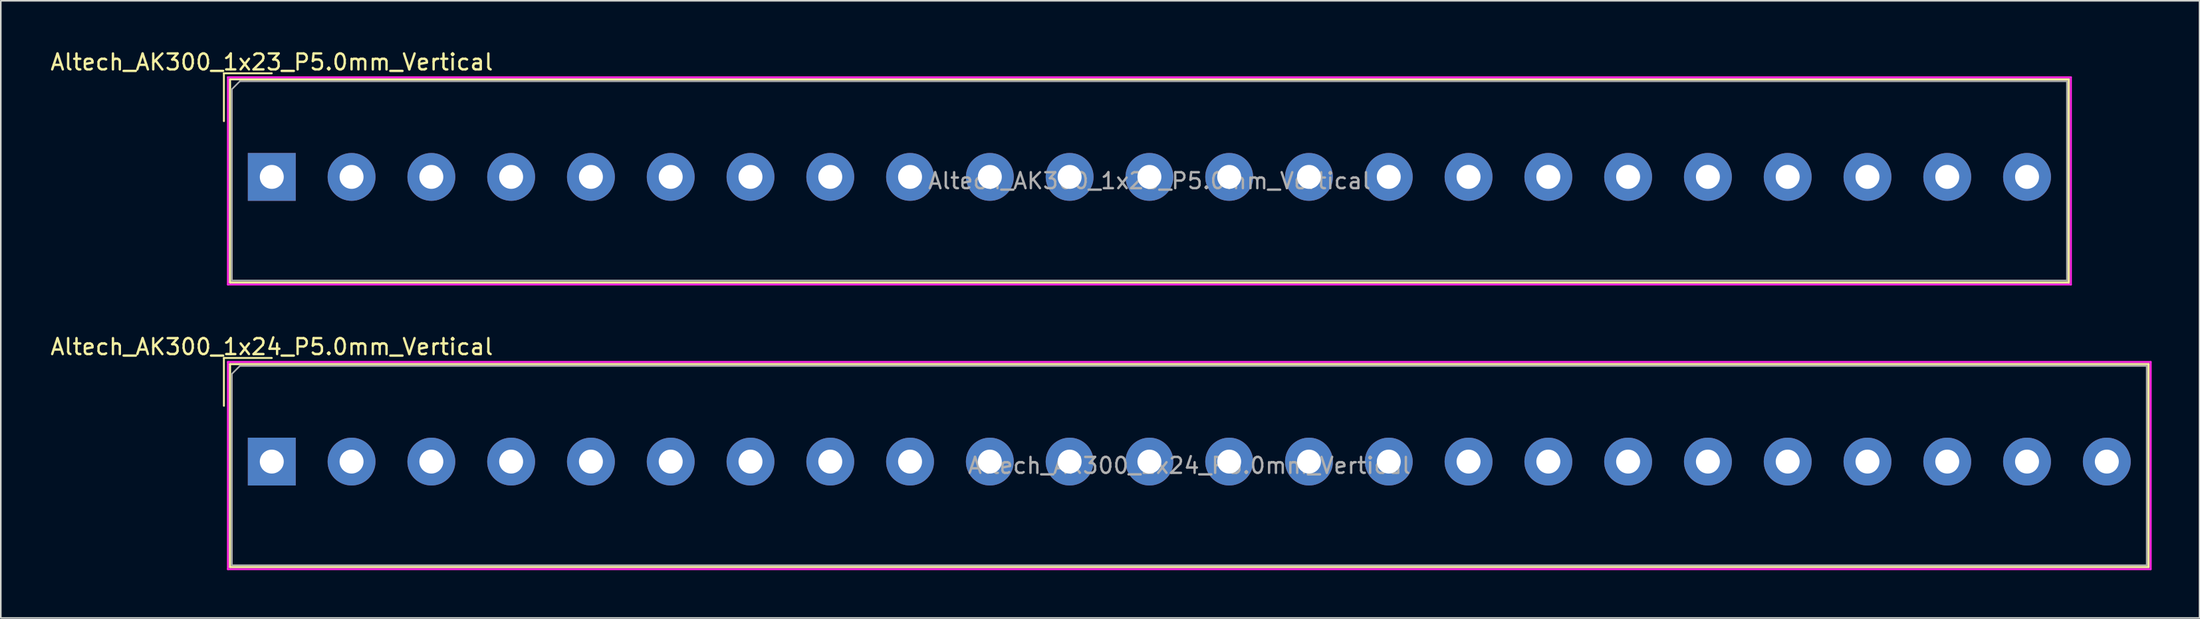
<source format=kicad_pcb>
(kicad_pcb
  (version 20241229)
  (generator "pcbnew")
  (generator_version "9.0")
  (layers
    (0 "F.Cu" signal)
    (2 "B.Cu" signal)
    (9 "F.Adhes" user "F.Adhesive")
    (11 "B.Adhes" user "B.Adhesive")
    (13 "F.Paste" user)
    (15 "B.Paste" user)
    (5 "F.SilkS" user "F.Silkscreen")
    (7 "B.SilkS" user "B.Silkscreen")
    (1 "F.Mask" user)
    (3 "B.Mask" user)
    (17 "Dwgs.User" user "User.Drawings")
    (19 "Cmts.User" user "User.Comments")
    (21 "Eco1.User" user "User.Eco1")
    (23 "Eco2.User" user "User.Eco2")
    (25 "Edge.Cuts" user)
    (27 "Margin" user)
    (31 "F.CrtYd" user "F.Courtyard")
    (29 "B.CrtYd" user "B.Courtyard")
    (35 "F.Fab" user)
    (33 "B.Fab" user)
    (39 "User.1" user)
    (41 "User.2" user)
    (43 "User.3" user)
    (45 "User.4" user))
  (footprint "Altech_AK300_1x23_P5.0mm_Vertical"
    (layer "F.Cu")
    (at 13.982 8.048)
    (property "Reference" "Altech_AK300_1x23_P5.0mm_Vertical" (at 0 -7.2 0) (layer "F.SilkS") (effects (font (size 1 1) (thickness 0.15))))
    (attr through_hole)
    (fp_line (start -3 -6.5) (end 0 -6.5) (stroke (width 0.12) (type solid)) (layer "F.SilkS"))
    (fp_line (start -3 -3.5) (end -3 -6.5) (stroke (width 0.12) (type solid)) (layer "F.SilkS"))
    (fp_line (start -2.62 -6.12) (end -2.62 6.62) (stroke (width 0.12) (type solid)) (layer "F.SilkS"))
    (fp_line (start -2.62 -6.12) (end -2.62 6.62) (stroke (width 0.12) (type solid)) (layer "F.SilkS"))
    (fp_line (start -2.62 -6.12) (end 112.62 -6.12) (stroke (width 0.12) (type solid)) (layer "F.SilkS"))
    (fp_line (start -2.62 -6.12) (end 112.62 -6.12) (stroke (width 0.12) (type solid)) (layer "F.SilkS"))
    (fp_line (start -2.62 6.62) (end 112.62 6.62) (stroke (width 0.12) (type solid)) (layer "F.SilkS"))
    (fp_line (start -2.62 6.62) (end 112.62 6.62) (stroke (width 0.12) (type solid)) (layer "F.SilkS"))
    (fp_line (start 112.62 -6.12) (end 112.62 6.62) (stroke (width 0.12) (type solid)) (layer "F.SilkS"))
    (fp_line (start 112.62 -6.12) (end 112.62 6.62) (stroke (width 0.12) (type solid)) (layer "F.SilkS"))
    (fp_line (start -2.75 -6.25) (end -2.75 6.75) (stroke (width 0.12) (type solid)) (layer "F.CrtYd"))
    (fp_line (start -2.75 -6.25) (end 112.75 -6.25) (stroke (width 0.12) (type solid)) (layer "F.CrtYd"))
    (fp_line (start -2.75 6.75) (end 112.75 6.75) (stroke (width 0.12) (type solid)) (layer "F.CrtYd"))
    (fp_line (start 112.75 -6.25) (end 112.75 6.75) (stroke (width 0.12) (type solid)) (layer "F.CrtYd"))
    (fp_line (start -2.5 -5.5) (end -2 -6) (stroke (width 0.1) (type solid)) (layer "F.Fab"))
    (fp_line (start -2.5 6.5) (end -2.5 -5.5) (stroke (width 0.1) (type solid)) (layer "F.Fab"))
    (fp_line (start -2 -6) (end 112.5 -6) (stroke (width 0.1) (type solid)) (layer "F.Fab"))
    (fp_line (start 112.5 -6) (end 112.5 6.5) (stroke (width 0.1) (type solid)) (layer "F.Fab"))
    (fp_line (start 112.5 6.5) (end -2.5 6.5) (stroke (width 0.1) (type solid)) (layer "F.Fab"))
    (fp_text user "${REFERENCE}" (at 55 0.25 0) (layer "F.Fab") (effects (font (size 1 1) (thickness 0.15))))
    (pad "1" thru_hole rect (at 0 0) (size 3 3) (drill 1.5) (layers "*.Cu" "*.Mask"))
    (pad "2" thru_hole circle (at 5 0) (size 3 3) (drill 1.5) (layers "*.Cu" "*.Mask"))
    (pad "3" thru_hole circle (at 10 0) (size 3 3) (drill 1.5) (layers "*.Cu" "*.Mask"))
    (pad "4" thru_hole circle (at 15 0) (size 3 3) (drill 1.5) (layers "*.Cu" "*.Mask"))
    (pad "5" thru_hole circle (at 20 0) (size 3 3) (drill 1.5) (layers "*.Cu" "*.Mask"))
    (pad "6" thru_hole circle (at 25 0) (size 3 3) (drill 1.5) (layers "*.Cu" "*.Mask"))
    (pad "7" thru_hole circle (at 30 0) (size 3 3) (drill 1.5) (layers "*.Cu" "*.Mask"))
    (pad "8" thru_hole circle (at 35 0) (size 3 3) (drill 1.5) (layers "*.Cu" "*.Mask"))
    (pad "9" thru_hole circle (at 40 0) (size 3 3) (drill 1.5) (layers "*.Cu" "*.Mask"))
    (pad "10" thru_hole circle (at 45 0) (size 3 3) (drill 1.5) (layers "*.Cu" "*.Mask"))
    (pad "11" thru_hole circle (at 50 0) (size 3 3) (drill 1.5) (layers "*.Cu" "*.Mask"))
    (pad "12" thru_hole circle (at 55 0) (size 3 3) (drill 1.5) (layers "*.Cu" "*.Mask"))
    (pad "13" thru_hole circle (at 60 0) (size 3 3) (drill 1.5) (layers "*.Cu" "*.Mask"))
    (pad "14" thru_hole circle (at 65 0) (size 3 3) (drill 1.5) (layers "*.Cu" "*.Mask"))
    (pad "15" thru_hole circle (at 70 0) (size 3 3) (drill 1.5) (layers "*.Cu" "*.Mask"))
    (pad "16" thru_hole circle (at 75 0) (size 3 3) (drill 1.5) (layers "*.Cu" "*.Mask"))
    (pad "17" thru_hole circle (at 80 0) (size 3 3) (drill 1.5) (layers "*.Cu" "*.Mask"))
    (pad "18" thru_hole circle (at 85 0) (size 3 3) (drill 1.5) (layers "*.Cu" "*.Mask"))
    (pad "19" thru_hole circle (at 90 0) (size 3 3) (drill 1.5) (layers "*.Cu" "*.Mask"))
    (pad "20" thru_hole circle (at 95 0) (size 3 3) (drill 1.5) (layers "*.Cu" "*.Mask"))
    (pad "21" thru_hole circle (at 100 0) (size 3 3) (drill 1.5) (layers "*.Cu" "*.Mask"))
    (pad "22" thru_hole circle (at 105 0) (size 3 3) (drill 1.5) (layers "*.Cu" "*.Mask"))
    (pad "23" thru_hole circle (at 110 0) (size 3 3) (drill 1.5) (layers "*.Cu" "*.Mask")))
  (footprint "Altech_AK300_1x24_P5.0mm_Vertical"
    (layer "F.Cu")
    (at 13.982 25.907)
    (property "Reference" "Altech_AK300_1x24_P5.0mm_Vertical" (at 0 -7.2 0) (layer "F.SilkS") (effects (font (size 1 1) (thickness 0.15))))
    (attr through_hole)
    (fp_line (start -3 -6.5) (end 0 -6.5) (stroke (width 0.12) (type solid)) (layer "F.SilkS"))
    (fp_line (start -3 -3.5) (end -3 -6.5) (stroke (width 0.12) (type solid)) (layer "F.SilkS"))
    (fp_line (start -2.62 -6.12) (end -2.62 6.62) (stroke (width 0.12) (type solid)) (layer "F.SilkS"))
    (fp_line (start -2.62 -6.12) (end -2.62 6.62) (stroke (width 0.12) (type solid)) (layer "F.SilkS"))
    (fp_line (start -2.62 -6.12) (end 117.62 -6.12) (stroke (width 0.12) (type solid)) (layer "F.SilkS"))
    (fp_line (start -2.62 -6.12) (end 117.62 -6.12) (stroke (width 0.12) (type solid)) (layer "F.SilkS"))
    (fp_line (start -2.62 6.62) (end 117.62 6.62) (stroke (width 0.12) (type solid)) (layer "F.SilkS"))
    (fp_line (start -2.62 6.62) (end 117.62 6.62) (stroke (width 0.12) (type solid)) (layer "F.SilkS"))
    (fp_line (start 117.62 -6.12) (end 117.62 6.62) (stroke (width 0.12) (type solid)) (layer "F.SilkS"))
    (fp_line (start 117.62 -6.12) (end 117.62 6.62) (stroke (width 0.12) (type solid)) (layer "F.SilkS"))
    (fp_line (start -2.75 -6.25) (end -2.75 6.75) (stroke (width 0.12) (type solid)) (layer "F.CrtYd"))
    (fp_line (start -2.75 -6.25) (end 117.75 -6.25) (stroke (width 0.12) (type solid)) (layer "F.CrtYd"))
    (fp_line (start -2.75 6.75) (end 117.75 6.75) (stroke (width 0.12) (type solid)) (layer "F.CrtYd"))
    (fp_line (start 117.75 -6.25) (end 117.75 6.75) (stroke (width 0.12) (type solid)) (layer "F.CrtYd"))
    (fp_line (start -2.5 -5.5) (end -2 -6) (stroke (width 0.1) (type solid)) (layer "F.Fab"))
    (fp_line (start -2.5 6.5) (end -2.5 -5.5) (stroke (width 0.1) (type solid)) (layer "F.Fab"))
    (fp_line (start -2 -6) (end 117.5 -6) (stroke (width 0.1) (type solid)) (layer "F.Fab"))
    (fp_line (start 117.5 -6) (end 117.5 6.5) (stroke (width 0.1) (type solid)) (layer "F.Fab"))
    (fp_line (start 117.5 6.5) (end -2.5 6.5) (stroke (width 0.1) (type solid)) (layer "F.Fab"))
    (fp_text user "${REFERENCE}" (at 57.5 0.25 0) (layer "F.Fab") (effects (font (size 1 1) (thickness 0.15))))
    (pad "1" thru_hole rect (at 0 0) (size 3 3) (drill 1.5) (layers "*.Cu" "*.Mask"))
    (pad "2" thru_hole circle (at 5 0) (size 3 3) (drill 1.5) (layers "*.Cu" "*.Mask"))
    (pad "3" thru_hole circle (at 10 0) (size 3 3) (drill 1.5) (layers "*.Cu" "*.Mask"))
    (pad "4" thru_hole circle (at 15 0) (size 3 3) (drill 1.5) (layers "*.Cu" "*.Mask"))
    (pad "5" thru_hole circle (at 20 0) (size 3 3) (drill 1.5) (layers "*.Cu" "*.Mask"))
    (pad "6" thru_hole circle (at 25 0) (size 3 3) (drill 1.5) (layers "*.Cu" "*.Mask"))
    (pad "7" thru_hole circle (at 30 0) (size 3 3) (drill 1.5) (layers "*.Cu" "*.Mask"))
    (pad "8" thru_hole circle (at 35 0) (size 3 3) (drill 1.5) (layers "*.Cu" "*.Mask"))
    (pad "9" thru_hole circle (at 40 0) (size 3 3) (drill 1.5) (layers "*.Cu" "*.Mask"))
    (pad "10" thru_hole circle (at 45 0) (size 3 3) (drill 1.5) (layers "*.Cu" "*.Mask"))
    (pad "11" thru_hole circle (at 50 0) (size 3 3) (drill 1.5) (layers "*.Cu" "*.Mask"))
    (pad "12" thru_hole circle (at 55 0) (size 3 3) (drill 1.5) (layers "*.Cu" "*.Mask"))
    (pad "13" thru_hole circle (at 60 0) (size 3 3) (drill 1.5) (layers "*.Cu" "*.Mask"))
    (pad "14" thru_hole circle (at 65 0) (size 3 3) (drill 1.5) (layers "*.Cu" "*.Mask"))
    (pad "15" thru_hole circle (at 70 0) (size 3 3) (drill 1.5) (layers "*.Cu" "*.Mask"))
    (pad "16" thru_hole circle (at 75 0) (size 3 3) (drill 1.5) (layers "*.Cu" "*.Mask"))
    (pad "17" thru_hole circle (at 80 0) (size 3 3) (drill 1.5) (layers "*.Cu" "*.Mask"))
    (pad "18" thru_hole circle (at 85 0) (size 3 3) (drill 1.5) (layers "*.Cu" "*.Mask"))
    (pad "19" thru_hole circle (at 90 0) (size 3 3) (drill 1.5) (layers "*.Cu" "*.Mask"))
    (pad "20" thru_hole circle (at 95 0) (size 3 3) (drill 1.5) (layers "*.Cu" "*.Mask"))
    (pad "21" thru_hole circle (at 100 0) (size 3 3) (drill 1.5) (layers "*.Cu" "*.Mask"))
    (pad "22" thru_hole circle (at 105 0) (size 3 3) (drill 1.5) (layers "*.Cu" "*.Mask"))
    (pad "23" thru_hole circle (at 110 0) (size 3 3) (drill 1.5) (layers "*.Cu" "*.Mask"))
    (pad "24" thru_hole circle (at 115 0) (size 3 3) (drill 1.5) (layers "*.Cu" "*.Mask")))
  (gr_rect
    (start -3 -3)
    (end 134.792 35.717)
    (stroke (width 0.1) (type default))
    (fill no)
    (layer "Edge.Cuts")))
</source>
